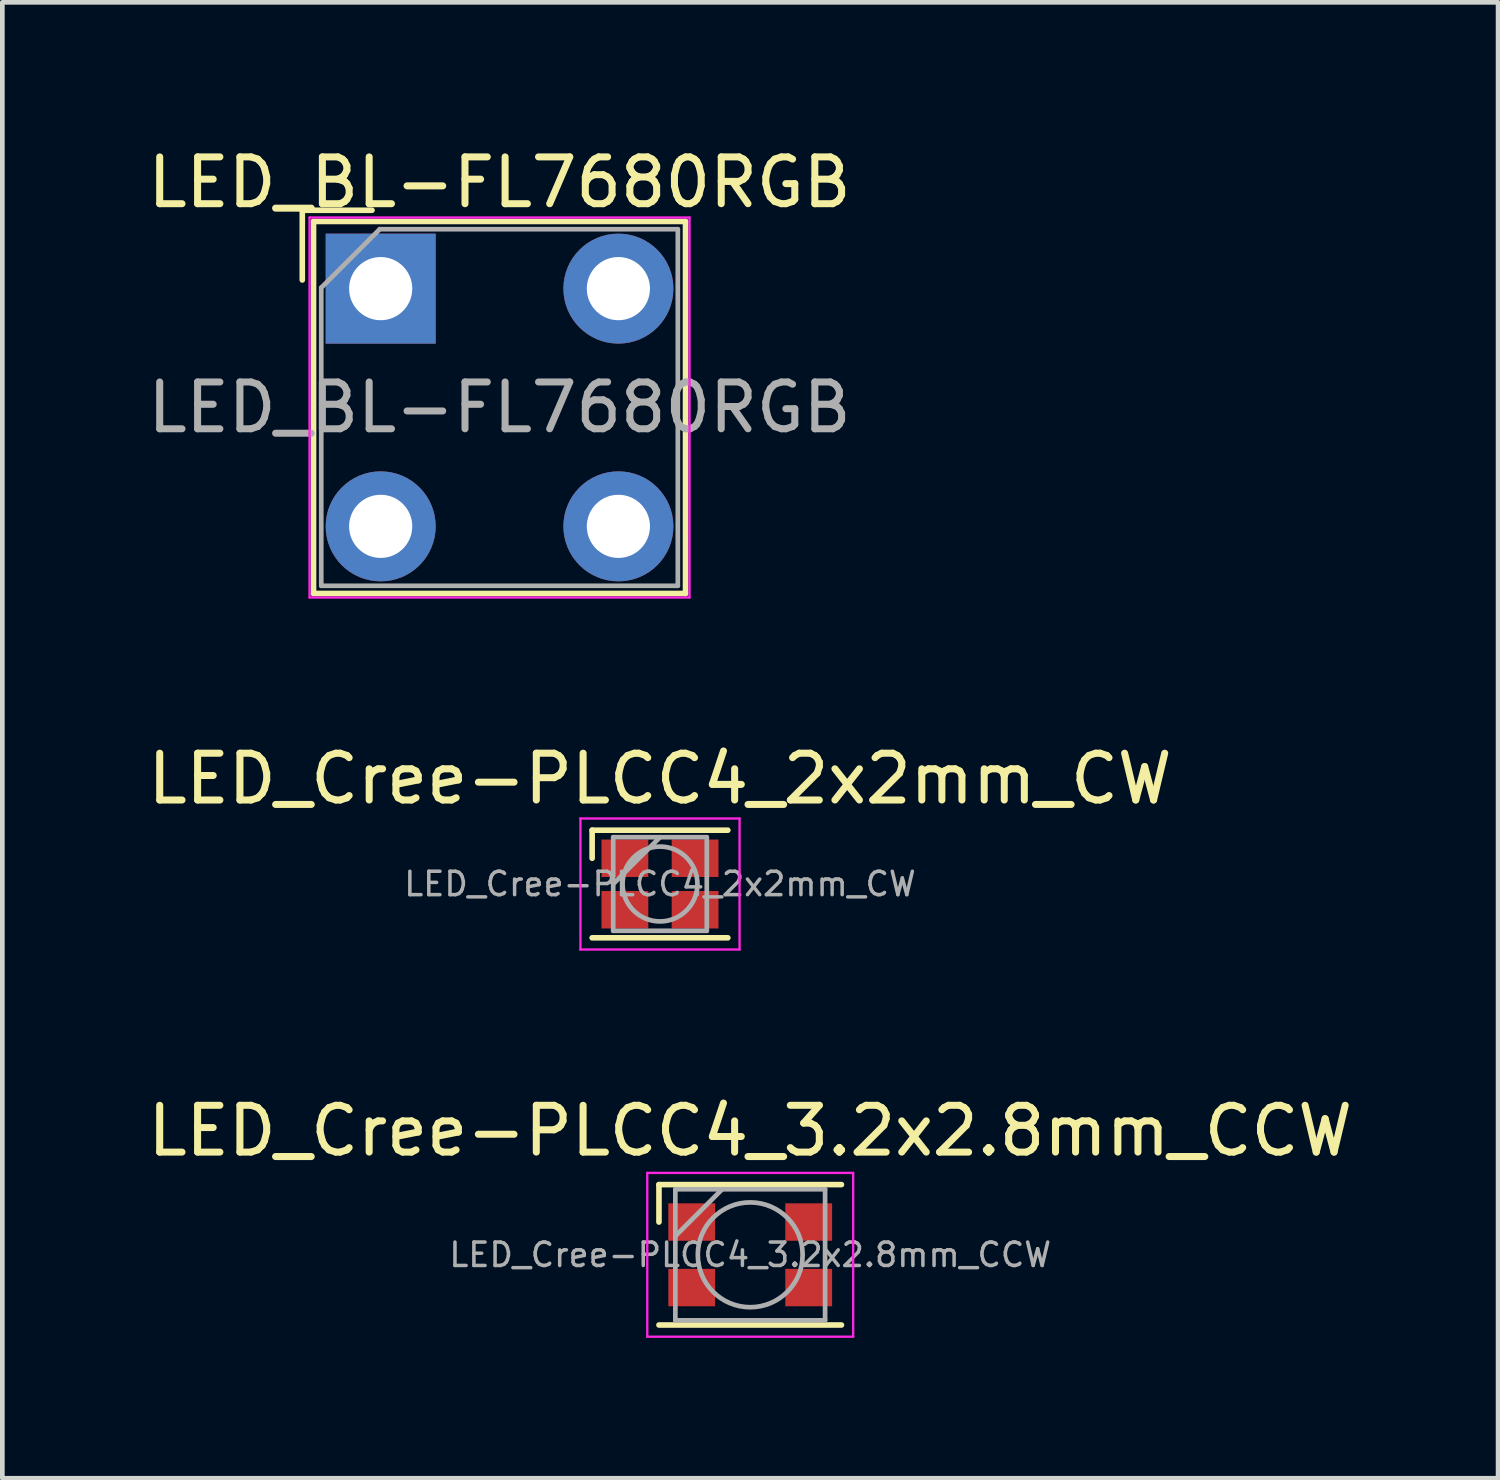
<source format=kicad_pcb>
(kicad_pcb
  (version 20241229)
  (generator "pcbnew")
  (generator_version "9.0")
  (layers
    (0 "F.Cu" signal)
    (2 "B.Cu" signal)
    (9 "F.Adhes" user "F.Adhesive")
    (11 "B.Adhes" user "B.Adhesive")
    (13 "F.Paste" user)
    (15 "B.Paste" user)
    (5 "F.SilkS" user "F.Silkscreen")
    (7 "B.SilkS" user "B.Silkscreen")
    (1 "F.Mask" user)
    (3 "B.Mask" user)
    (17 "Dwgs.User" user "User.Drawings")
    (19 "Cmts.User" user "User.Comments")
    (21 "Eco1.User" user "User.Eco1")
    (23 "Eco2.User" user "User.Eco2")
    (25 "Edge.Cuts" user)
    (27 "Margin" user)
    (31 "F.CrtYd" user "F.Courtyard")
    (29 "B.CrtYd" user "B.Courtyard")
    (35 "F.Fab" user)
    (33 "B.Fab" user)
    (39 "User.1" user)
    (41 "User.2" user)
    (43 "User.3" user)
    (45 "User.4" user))
  (footprint "LED_Cree-PLCC4_2x2mm_CW"
    (layer "F.Cu")
    (at 11.054 15.841)
    (property "Reference" "LED_Cree-PLCC4_2x2mm_CW" (at 0 -2.25 0) (layer "F.SilkS") (effects (font (size 1 1) (thickness 0.15))))
    (attr smd)
    (fp_line (start -1.45 -1.15) (end 1.45 -1.15) (stroke (width 0.12) (type solid)) (layer "F.SilkS"))
    (fp_line (start -1.45 -0.55) (end -1.45 -1.15) (stroke (width 0.12) (type solid)) (layer "F.SilkS"))
    (fp_line (start -1.45 1.15) (end 1.45 1.15) (stroke (width 0.12) (type solid)) (layer "F.SilkS"))
    (fp_line (start -1.7 -1.4) (end -1.7 1.4) (stroke (width 0.05) (type solid)) (layer "F.CrtYd"))
    (fp_line (start -1.7 1.4) (end 1.7 1.4) (stroke (width 0.05) (type solid)) (layer "F.CrtYd"))
    (fp_line (start 1.7 -1.4) (end -1.7 -1.4) (stroke (width 0.05) (type solid)) (layer "F.CrtYd"))
    (fp_line (start 1.7 1.4) (end 1.7 -1.4) (stroke (width 0.05) (type solid)) (layer "F.CrtYd"))
    (fp_line (start -1 -1) (end -1 1) (stroke (width 0.1) (type solid)) (layer "F.Fab"))
    (fp_line (start -1 1) (end 1 1) (stroke (width 0.1) (type solid)) (layer "F.Fab"))
    (fp_line (start 0 -1) (end -1 0) (stroke (width 0.1) (type solid)) (layer "F.Fab"))
    (fp_line (start 1 -1) (end -1 -1) (stroke (width 0.1) (type solid)) (layer "F.Fab"))
    (fp_line (start 1 1) (end 1 -1) (stroke (width 0.1) (type solid)) (layer "F.Fab"))
    (fp_circle (center 0 0) (end 0.8 0) (stroke (width 0.1) (type solid)) (fill no) (layer "F.Fab"))
    (fp_text user "${REFERENCE}" (at 0 0 0) (layer "F.Fab") (effects (font (size 0.5 0.5) (thickness 0.075))))
    (pad "1" smd rect (at -0.75 -0.55) (size 1 0.8) (layers "F.Cu" "F.Mask" "F.Paste"))
    (pad "2" smd rect (at 0.75 -0.55) (size 1 0.8) (layers "F.Cu" "F.Mask" "F.Paste"))
    (pad "3" smd rect (at 0.75 0.55) (size 1 0.8) (layers "F.Cu" "F.Mask" "F.Paste"))
    (pad "4" smd rect (at -0.75 0.55) (size 1 0.8) (layers "F.Cu" "F.Mask" "F.Paste")))
  (footprint "LED_BL-FL7680RGB"
    (layer "F.Cu")
    (at 5.085 3.118)
    (property "Reference" "LED_BL-FL7680RGB" (at 2.54 -2.27 0) (layer "F.SilkS") (effects (font (size 1 1) (thickness 0.15))))
    (attr through_hole)
    (fp_line (start -1.675 -1.675) (end -0.185 -1.675) (stroke (width 0.12) (type solid)) (layer "F.SilkS"))
    (fp_line (start -1.675 -0.185) (end -1.675 -1.675) (stroke (width 0.12) (type solid)) (layer "F.SilkS"))
    (fp_line (start -1.435 -1.435) (end -1.435 6.515) (stroke (width 0.12) (type solid)) (layer "F.SilkS"))
    (fp_line (start -1.435 6.515) (end 6.515 6.515) (stroke (width 0.12) (type solid)) (layer "F.SilkS"))
    (fp_line (start 6.515 -1.435) (end -1.435 -1.435) (stroke (width 0.12) (type solid)) (layer "F.SilkS"))
    (fp_line (start 6.515 6.515) (end 6.515 -1.435) (stroke (width 0.12) (type solid)) (layer "F.SilkS"))
    (fp_line (start -1.52 -1.52) (end -1.52 6.6) (stroke (width 0.05) (type solid)) (layer "F.CrtYd"))
    (fp_line (start -1.52 6.6) (end 6.6 6.6) (stroke (width 0.05) (type solid)) (layer "F.CrtYd"))
    (fp_line (start 6.6 -1.52) (end -1.52 -1.52) (stroke (width 0.05) (type solid)) (layer "F.CrtYd"))
    (fp_line (start 6.6 6.6) (end 6.6 -1.52) (stroke (width 0.05) (type solid)) (layer "F.CrtYd"))
    (fp_line (start -1.27 -0.02) (end -0.02 -1.27) (stroke (width 0.1) (type solid)) (layer "F.Fab"))
    (fp_line (start -1.27 6.35) (end -1.27 -0.02) (stroke (width 0.1) (type solid)) (layer "F.Fab"))
    (fp_line (start -0.02 -1.27) (end 6.35 -1.27) (stroke (width 0.1) (type solid)) (layer "F.Fab"))
    (fp_line (start 6.35 -1.27) (end 6.35 6.35) (stroke (width 0.1) (type solid)) (layer "F.Fab"))
    (fp_line (start 6.35 6.35) (end -1.27 6.35) (stroke (width 0.1) (type solid)) (layer "F.Fab"))
    (fp_text user "${REFERENCE}" (at 2.54 2.54 0) (layer "F.Fab") (effects (font (size 1 1) (thickness 0.15))))
    (pad "1" thru_hole rect (at 0 0) (size 2.35 2.35) (drill 1.35) (layers "*.Cu" "*.Mask"))
    (pad "2" thru_hole circle (at 0 5.08) (size 2.35 2.35) (drill 1.35) (layers "*.Cu" "*.Mask"))
    (pad "3" thru_hole circle (at 5.08 5.08) (size 2.35 2.35) (drill 1.35) (layers "*.Cu" "*.Mask"))
    (pad "4" thru_hole circle (at 5.08 0) (size 2.35 2.35) (drill 1.35) (layers "*.Cu" "*.Mask")))
  (footprint "LED_Cree-PLCC4_3.2x2.8mm_CCW"
    (layer "F.Cu")
    (at 12.982 23.765)
    (property "Reference" "LED_Cree-PLCC4_3.2x2.8mm_CCW" (at 0 -2.65 0) (layer "F.SilkS") (effects (font (size 1 1) (thickness 0.15))))
    (attr smd)
    (fp_line (start -1.95 -1.5) (end 1.95 -1.5) (stroke (width 0.12) (type solid)) (layer "F.SilkS"))
    (fp_line (start -1.95 -0.7) (end -1.95 -1.5) (stroke (width 0.12) (type solid)) (layer "F.SilkS"))
    (fp_line (start -1.95 1.5) (end 1.95 1.5) (stroke (width 0.12) (type solid)) (layer "F.SilkS"))
    (fp_line (start -2.2 -1.75) (end -2.2 1.75) (stroke (width 0.05) (type solid)) (layer "F.CrtYd"))
    (fp_line (start -2.2 1.75) (end 2.2 1.75) (stroke (width 0.05) (type solid)) (layer "F.CrtYd"))
    (fp_line (start 2.2 -1.75) (end -2.2 -1.75) (stroke (width 0.05) (type solid)) (layer "F.CrtYd"))
    (fp_line (start 2.2 1.75) (end 2.2 -1.75) (stroke (width 0.05) (type solid)) (layer "F.CrtYd"))
    (fp_line (start -1.6 -1.4) (end -1.6 1.4) (stroke (width 0.1) (type solid)) (layer "F.Fab"))
    (fp_line (start -1.6 1.4) (end 1.6 1.4) (stroke (width 0.1) (type solid)) (layer "F.Fab"))
    (fp_line (start -0.6 -1.4) (end -1.6 -0.4) (stroke (width 0.1) (type solid)) (layer "F.Fab"))
    (fp_line (start 1.6 -1.4) (end -1.6 -1.4) (stroke (width 0.1) (type solid)) (layer "F.Fab"))
    (fp_line (start 1.6 1.4) (end 1.6 -1.4) (stroke (width 0.1) (type solid)) (layer "F.Fab"))
    (fp_circle (center 0 0) (end 1.12 0) (stroke (width 0.1) (type solid)) (fill no) (layer "F.Fab"))
    (fp_text user "${REFERENCE}" (at 0 0 0) (layer "F.Fab") (effects (font (size 0.5 0.5) (thickness 0.075))))
    (pad "1" smd rect (at -1.25 -0.7) (size 1 0.8) (layers "F.Cu" "F.Mask" "F.Paste"))
    (pad "2" smd rect (at -1.25 0.7) (size 1 0.8) (layers "F.Cu" "F.Mask" "F.Paste"))
    (pad "3" smd rect (at 1.25 0.7) (size 1 0.8) (layers "F.Cu" "F.Mask" "F.Paste"))
    (pad "4" smd rect (at 1.25 -0.7) (size 1 0.8) (layers "F.Cu" "F.Mask" "F.Paste")))
  (gr_rect
    (start -3 -3)
    (end 28.964 28.54)
    (stroke (width 0.1) (type default))
    (fill no)
    (layer "Edge.Cuts")))
</source>
